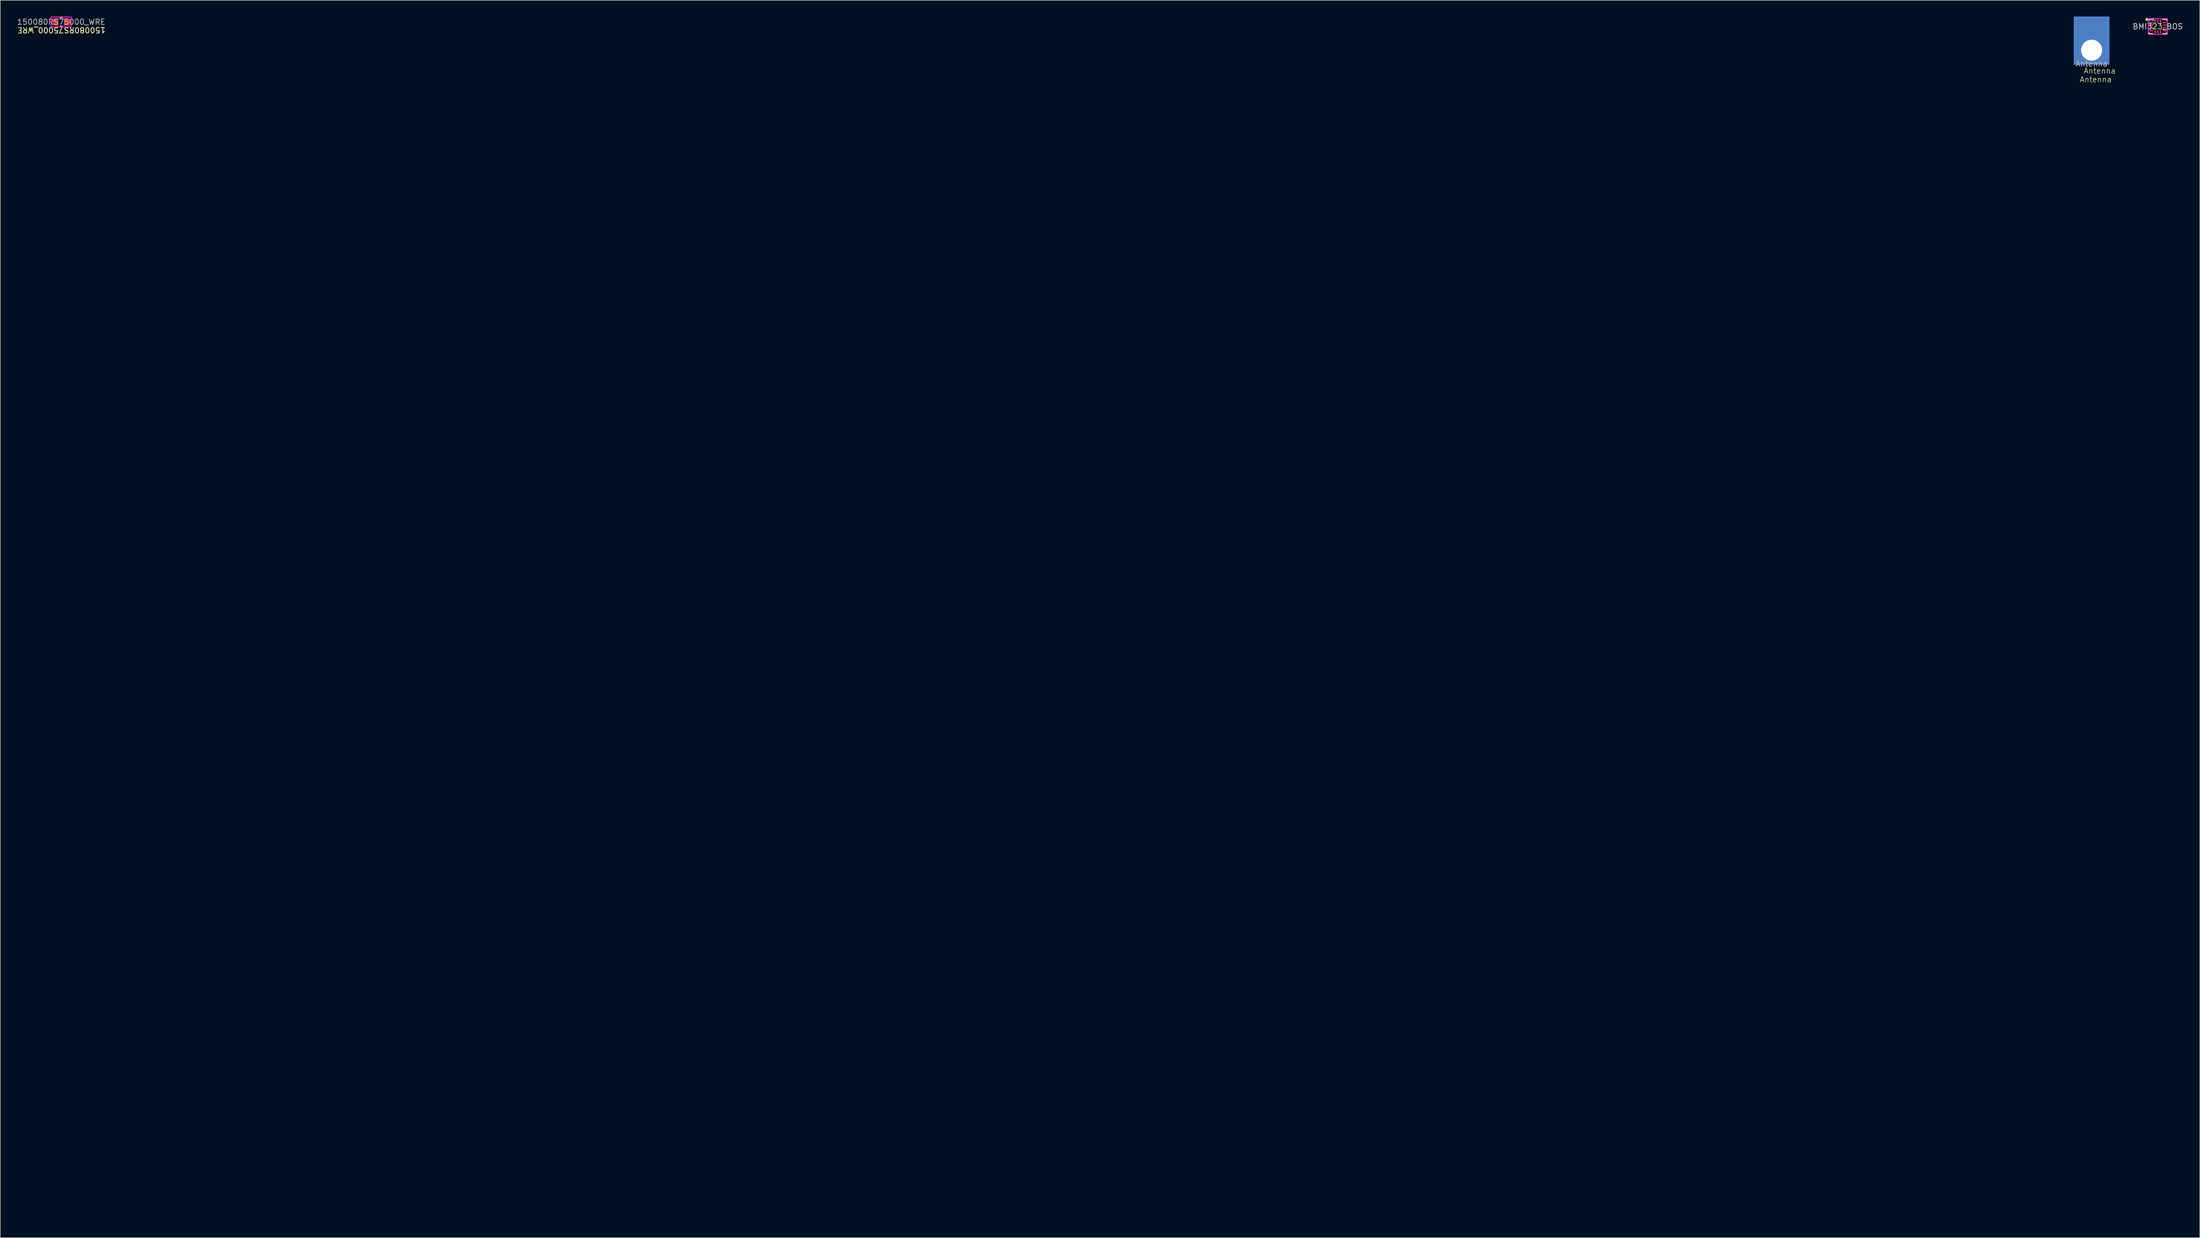
<source format=kicad_pcb>
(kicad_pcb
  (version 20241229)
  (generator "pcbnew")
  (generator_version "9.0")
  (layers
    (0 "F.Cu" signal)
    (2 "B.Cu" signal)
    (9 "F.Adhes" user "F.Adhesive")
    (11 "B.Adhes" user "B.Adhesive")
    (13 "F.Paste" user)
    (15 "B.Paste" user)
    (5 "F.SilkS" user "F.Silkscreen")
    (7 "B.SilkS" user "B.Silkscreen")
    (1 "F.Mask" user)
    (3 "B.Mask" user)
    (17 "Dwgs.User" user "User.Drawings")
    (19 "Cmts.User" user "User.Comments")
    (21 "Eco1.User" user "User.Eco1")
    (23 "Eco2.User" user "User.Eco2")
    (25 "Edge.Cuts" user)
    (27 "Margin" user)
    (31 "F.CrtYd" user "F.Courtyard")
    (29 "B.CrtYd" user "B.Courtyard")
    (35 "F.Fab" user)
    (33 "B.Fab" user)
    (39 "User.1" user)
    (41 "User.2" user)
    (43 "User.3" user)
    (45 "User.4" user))
  (footprint "150080RS75000_WRE"
    (layer "F.Cu")
    (at 8.244 1.003)
    (property "Reference" "150080RS75000_WRE" (at 0.048 1.5 180) (unlocked yes) (layer "F.SilkS") (effects (font (size 1 1) (thickness 0.15))))
    (attr smd)
    (fp_line (start -0.2 0.8) (end 0.2 0.8) (stroke (width 0.152) (type solid)) (layer "F.SilkS"))
    (fp_line (start 0.2 -0.8) (end -0.2 -0.8) (stroke (width 0.152) (type solid)) (layer "F.SilkS"))
    (fp_line (start -1.854 -0.902) (end -1.308 -0.902) (stroke (width 0.152) (type solid)) (layer "F.CrtYd"))
    (fp_line (start -1.854 0.902) (end -1.854 -0.902) (stroke (width 0.152) (type solid)) (layer "F.CrtYd"))
    (fp_line (start -1.308 -0.927) (end 1.308 -0.927) (stroke (width 0.152) (type solid)) (layer "F.CrtYd"))
    (fp_line (start -1.308 -0.902) (end -1.308 -0.927) (stroke (width 0.152) (type solid)) (layer "F.CrtYd"))
    (fp_line (start -1.308 0.902) (end -1.854 0.902) (stroke (width 0.152) (type solid)) (layer "F.CrtYd"))
    (fp_line (start -1.308 0.927) (end -1.308 0.902) (stroke (width 0.152) (type solid)) (layer "F.CrtYd"))
    (fp_line (start 1.308 -0.927) (end 1.308 -0.902) (stroke (width 0.152) (type solid)) (layer "F.CrtYd"))
    (fp_line (start 1.308 -0.902) (end 1.854 -0.902) (stroke (width 0.152) (type solid)) (layer "F.CrtYd"))
    (fp_line (start 1.308 0.902) (end 1.308 0.927) (stroke (width 0.152) (type solid)) (layer "F.CrtYd"))
    (fp_line (start 1.308 0.927) (end -1.308 0.927) (stroke (width 0.152) (type solid)) (layer "F.CrtYd"))
    (fp_line (start 1.854 -0.902) (end 1.854 0.902) (stroke (width 0.152) (type solid)) (layer "F.CrtYd"))
    (fp_line (start 1.854 0.902) (end 1.308 0.902) (stroke (width 0.152) (type solid)) (layer "F.CrtYd"))
    (fp_line (start -1.054 -0.673) (end -1.054 0.673) (stroke (width 0.025) (type solid)) (layer "F.Fab"))
    (fp_line (start -1.054 0.673) (end 1.054 0.673) (stroke (width 0.025) (type solid)) (layer "F.Fab"))
    (fp_line (start 1.054 -0.673) (end -1.054 -0.673) (stroke (width 0.025) (type solid)) (layer "F.Fab"))
    (fp_line (start 1.054 0.673) (end 1.054 -0.673) (stroke (width 0.025) (type solid)) (layer "F.Fab"))
    (fp_text user "${REFERENCE}" (at 0 0 0) (unlocked yes) (layer "F.Fab") (effects (font (size 1 1) (thickness 0.15))))
    (pad "1" smd rect (at -1.048 0) (size 1.105 1.295) (layers "F.Cu" "F.Mask" "F.Paste"))
    (pad "2" smd rect (at 1.048 0) (size 1.105 1.295) (layers "F.Cu" "F.Mask" "F.Paste"))
    (zone (net_name "") (layer "F.Cu") (hatch full 0.508) (connect_pads) (min_thickness 0.254) (filled_areas_thickness no) (keepout (tracks not_allowed) (vias not_allowed) (pads allowed) (copperpour not_allowed) (footprints allowed)) (placement (enabled no)) (fill) (polygon (pts (xy 375.875 221.32) (xy 376.764 221.32) (xy 376.764 222.564) (xy 375.875 222.564)))))
  (footprint "BMI323_BOS"
    (layer "F.Cu")
    (at 395.289 1.848)
    (property "Reference" "BMI323_BOS" (at 0 0 0) (unlocked yes) (layer "F.SilkS") (effects (font (size 1 1) (thickness 0.15))))
    (attr smd)
    (fp_line (start -1.626 -1.321) (end -1.626 -1.119) (stroke (width 0.152) (type solid)) (layer "F.SilkS"))
    (fp_line (start -1.626 1.119) (end -1.626 1.321) (stroke (width 0.152) (type solid)) (layer "F.SilkS"))
    (fp_line (start -1.626 1.321) (end -0.916 1.321) (stroke (width 0.152) (type solid)) (layer "F.SilkS"))
    (fp_line (start -0.916 -1.321) (end -1.626 -1.321) (stroke (width 0.152) (type solid)) (layer "F.SilkS"))
    (fp_line (start 0.916 1.321) (end 1.626 1.321) (stroke (width 0.152) (type solid)) (layer "F.SilkS"))
    (fp_line (start 1.626 -1.321) (end 0.916 -1.321) (stroke (width 0.152) (type solid)) (layer "F.SilkS"))
    (fp_line (start 1.626 -1.119) (end 1.626 -1.321) (stroke (width 0.152) (type solid)) (layer "F.SilkS"))
    (fp_line (start 1.626 1.321) (end 1.626 1.119) (stroke (width 0.152) (type solid)) (layer "F.SilkS"))
    (fp_poly (pts (xy 1.905 -0.441) (xy 1.905 -0.059) (xy 1.651 -0.059) (xy 1.651 -0.441)) (stroke (width 0) (type solid)) (fill yes) (layer "F.SilkS"))
    (fp_line (start -1.753 -1.448) (end -0.881 -1.448) (stroke (width 0.152) (type solid)) (layer "F.CrtYd"))
    (fp_line (start -1.753 -1.131) (end -1.753 -1.448) (stroke (width 0.152) (type solid)) (layer "F.CrtYd"))
    (fp_line (start -1.753 -1.131) (end -1.753 -1.131) (stroke (width 0.152) (type solid)) (layer "F.CrtYd"))
    (fp_line (start -1.753 1.131) (end -1.753 -1.131) (stroke (width 0.152) (type solid)) (layer "F.CrtYd"))
    (fp_line (start -1.753 1.131) (end -1.753 1.131) (stroke (width 0.152) (type solid)) (layer "F.CrtYd"))
    (fp_line (start -1.753 1.448) (end -1.753 1.131) (stroke (width 0.152) (type solid)) (layer "F.CrtYd"))
    (fp_line (start -0.881 -1.448) (end -0.881 -1.448) (stroke (width 0.152) (type solid)) (layer "F.CrtYd"))
    (fp_line (start -0.881 -1.448) (end 0.881 -1.448) (stroke (width 0.152) (type solid)) (layer "F.CrtYd"))
    (fp_line (start -0.881 1.448) (end -1.753 1.448) (stroke (width 0.152) (type solid)) (layer "F.CrtYd"))
    (fp_line (start -0.881 1.448) (end -0.881 1.448) (stroke (width 0.152) (type solid)) (layer "F.CrtYd"))
    (fp_line (start 0.881 -1.448) (end 0.881 -1.448) (stroke (width 0.152) (type solid)) (layer "F.CrtYd"))
    (fp_line (start 0.881 -1.448) (end 1.753 -1.448) (stroke (width 0.152) (type solid)) (layer "F.CrtYd"))
    (fp_line (start 0.881 1.448) (end -0.881 1.448) (stroke (width 0.152) (type solid)) (layer "F.CrtYd"))
    (fp_line (start 0.881 1.448) (end 0.881 1.448) (stroke (width 0.152) (type solid)) (layer "F.CrtYd"))
    (fp_line (start 1.753 -1.448) (end 1.753 -1.131) (stroke (width 0.152) (type solid)) (layer "F.CrtYd"))
    (fp_line (start 1.753 -1.131) (end 1.753 -1.131) (stroke (width 0.152) (type solid)) (layer "F.CrtYd"))
    (fp_line (start 1.753 -1.131) (end 1.753 1.131) (stroke (width 0.152) (type solid)) (layer "F.CrtYd"))
    (fp_line (start 1.753 1.131) (end 1.753 1.131) (stroke (width 0.152) (type solid)) (layer "F.CrtYd"))
    (fp_line (start 1.753 1.131) (end 1.753 1.448) (stroke (width 0.152) (type solid)) (layer "F.CrtYd"))
    (fp_line (start 1.753 1.448) (end 0.881 1.448) (stroke (width 0.152) (type solid)) (layer "F.CrtYd"))
    (fp_line (start -1.499 -1.194) (end -1.499 -1.194) (stroke (width 0.025) (type solid)) (layer "F.Fab"))
    (fp_line (start -1.499 -1.194) (end -1.499 1.194) (stroke (width 0.025) (type solid)) (layer "F.Fab"))
    (fp_line (start -1.499 -0.877) (end -1.397 -0.877) (stroke (width 0.025) (type solid)) (layer "F.Fab"))
    (fp_line (start -1.499 -0.623) (end -1.499 -0.877) (stroke (width 0.025) (type solid)) (layer "F.Fab"))
    (fp_line (start -1.499 -0.377) (end -1.397 -0.377) (stroke (width 0.025) (type solid)) (layer "F.Fab"))
    (fp_line (start -1.499 -0.123) (end -1.499 -0.377) (stroke (width 0.025) (type solid)) (layer "F.Fab"))
    (fp_line (start -1.499 0.076) (end -0.229 -1.194) (stroke (width 0.025) (type solid)) (layer "F.Fab"))
    (fp_line (start -1.499 0.123) (end -1.397 0.123) (stroke (width 0.025) (type solid)) (layer "F.Fab"))
    (fp_line (start -1.499 0.377) (end -1.499 0.123) (stroke (width 0.025) (type solid)) (layer "F.Fab"))
    (fp_line (start -1.499 0.623) (end -1.397 0.623) (stroke (width 0.025) (type solid)) (layer "F.Fab"))
    (fp_line (start -1.499 0.877) (end -1.499 0.623) (stroke (width 0.025) (type solid)) (layer "F.Fab"))
    (fp_line (start -1.499 1.194) (end -1.499 1.194) (stroke (width 0.025) (type solid)) (layer "F.Fab"))
    (fp_line (start -1.499 1.194) (end 1.499 1.194) (stroke (width 0.025) (type solid)) (layer "F.Fab"))
    (fp_line (start -1.397 -0.877) (end -1.397 -0.623) (stroke (width 0.025) (type solid)) (layer "F.Fab"))
    (fp_line (start -1.397 -0.623) (end -1.499 -0.623) (stroke (width 0.025) (type solid)) (layer "F.Fab"))
    (fp_line (start -1.397 -0.377) (end -1.397 -0.123) (stroke (width 0.025) (type solid)) (layer "F.Fab"))
    (fp_line (start -1.397 -0.123) (end -1.499 -0.123) (stroke (width 0.025) (type solid)) (layer "F.Fab"))
    (fp_line (start -1.397 0.123) (end -1.397 0.377) (stroke (width 0.025) (type solid)) (layer "F.Fab"))
    (fp_line (start -1.397 0.377) (end -1.499 0.377) (stroke (width 0.025) (type solid)) (layer "F.Fab"))
    (fp_line (start -1.397 0.623) (end -1.397 0.877) (stroke (width 0.025) (type solid)) (layer "F.Fab"))
    (fp_line (start -1.397 0.877) (end -1.499 0.877) (stroke (width 0.025) (type solid)) (layer "F.Fab"))
    (fp_line (start -0.627 -1.194) (end -0.373 -1.194) (stroke (width 0.025) (type solid)) (layer "F.Fab"))
    (fp_line (start -0.627 -1.156) (end -0.627 -1.194) (stroke (width 0.025) (type solid)) (layer "F.Fab"))
    (fp_line (start -0.627 1.156) (end -0.373 1.156) (stroke (width 0.025) (type solid)) (layer "F.Fab"))
    (fp_line (start -0.627 1.194) (end -0.627 1.156) (stroke (width 0.025) (type solid)) (layer "F.Fab"))
    (fp_line (start -0.373 -1.194) (end -0.373 -1.156) (stroke (width 0.025) (type solid)) (layer "F.Fab"))
    (fp_line (start -0.373 -1.156) (end -0.627 -1.156) (stroke (width 0.025) (type solid)) (layer "F.Fab"))
    (fp_line (start -0.373 1.156) (end -0.373 1.194) (stroke (width 0.025) (type solid)) (layer "F.Fab"))
    (fp_line (start -0.373 1.194) (end -0.627 1.194) (stroke (width 0.025) (type solid)) (layer "F.Fab"))
    (fp_line (start -0.127 -1.194) (end 0.127 -1.194) (stroke (width 0.025) (type solid)) (layer "F.Fab"))
    (fp_line (start -0.127 -1.156) (end -0.127 -1.194) (stroke (width 0.025) (type solid)) (layer "F.Fab"))
    (fp_line (start -0.127 1.156) (end 0.127 1.156) (stroke (width 0.025) (type solid)) (layer "F.Fab"))
    (fp_line (start -0.127 1.194) (end -0.127 1.156) (stroke (width 0.025) (type solid)) (layer "F.Fab"))
    (fp_line (start 0.127 -1.194) (end 0.127 -1.156) (stroke (width 0.025) (type solid)) (layer "F.Fab"))
    (fp_line (start 0.127 -1.156) (end -0.127 -1.156) (stroke (width 0.025) (type solid)) (layer "F.Fab"))
    (fp_line (start 0.127 1.156) (end 0.127 1.194) (stroke (width 0.025) (type solid)) (layer "F.Fab"))
    (fp_line (start 0.127 1.194) (end -0.127 1.194) (stroke (width 0.025) (type solid)) (layer "F.Fab"))
    (fp_line (start 0.373 -1.194) (end 0.627 -1.194) (stroke (width 0.025) (type solid)) (layer "F.Fab"))
    (fp_line (start 0.373 -1.156) (end 0.373 -1.194) (stroke (width 0.025) (type solid)) (layer "F.Fab"))
    (fp_line (start 0.373 1.156) (end 0.627 1.156) (stroke (width 0.025) (type solid)) (layer "F.Fab"))
    (fp_line (start 0.373 1.194) (end 0.373 1.156) (stroke (width 0.025) (type solid)) (layer "F.Fab"))
    (fp_line (start 0.627 -1.194) (end 0.627 -1.156) (stroke (width 0.025) (type solid)) (layer "F.Fab"))
    (fp_line (start 0.627 -1.156) (end 0.373 -1.156) (stroke (width 0.025) (type solid)) (layer "F.Fab"))
    (fp_line (start 0.627 1.156) (end 0.627 1.194) (stroke (width 0.025) (type solid)) (layer "F.Fab"))
    (fp_line (start 0.627 1.194) (end 0.373 1.194) (stroke (width 0.025) (type solid)) (layer "F.Fab"))
    (fp_line (start 1.397 -0.877) (end 1.499 -0.877) (stroke (width 0.025) (type solid)) (layer "F.Fab"))
    (fp_line (start 1.397 -0.623) (end 1.397 -0.877) (stroke (width 0.025) (type solid)) (layer "F.Fab"))
    (fp_line (start 1.397 -0.377) (end 1.499 -0.377) (stroke (width 0.025) (type solid)) (layer "F.Fab"))
    (fp_line (start 1.397 -0.123) (end 1.397 -0.377) (stroke (width 0.025) (type solid)) (layer "F.Fab"))
    (fp_line (start 1.397 0.123) (end 1.499 0.123) (stroke (width 0.025) (type solid)) (layer "F.Fab"))
    (fp_line (start 1.397 0.377) (end 1.397 0.123) (stroke (width 0.025) (type solid)) (layer "F.Fab"))
    (fp_line (start 1.397 0.623) (end 1.499 0.623) (stroke (width 0.025) (type solid)) (layer "F.Fab"))
    (fp_line (start 1.397 0.877) (end 1.397 0.623) (stroke (width 0.025) (type solid)) (layer "F.Fab"))
    (fp_line (start 1.499 -1.194) (end -1.499 -1.194) (stroke (width 0.025) (type solid)) (layer "F.Fab"))
    (fp_line (start 1.499 -1.194) (end 1.499 -1.194) (stroke (width 0.025) (type solid)) (layer "F.Fab"))
    (fp_line (start 1.499 -0.877) (end 1.499 -0.623) (stroke (width 0.025) (type solid)) (layer "F.Fab"))
    (fp_line (start 1.499 -0.623) (end 1.397 -0.623) (stroke (width 0.025) (type solid)) (layer "F.Fab"))
    (fp_line (start 1.499 -0.377) (end 1.499 -0.123) (stroke (width 0.025) (type solid)) (layer "F.Fab"))
    (fp_line (start 1.499 -0.123) (end 1.397 -0.123) (stroke (width 0.025) (type solid)) (layer "F.Fab"))
    (fp_line (start 1.499 0.123) (end 1.499 0.377) (stroke (width 0.025) (type solid)) (layer "F.Fab"))
    (fp_line (start 1.499 0.377) (end 1.397 0.377) (stroke (width 0.025) (type solid)) (layer "F.Fab"))
    (fp_line (start 1.499 0.623) (end 1.499 0.877) (stroke (width 0.025) (type solid)) (layer "F.Fab"))
    (fp_line (start 1.499 0.877) (end 1.397 0.877) (stroke (width 0.025) (type solid)) (layer "F.Fab"))
    (fp_line (start 1.499 1.194) (end 1.499 -1.194) (stroke (width 0.025) (type solid)) (layer "F.Fab"))
    (fp_line (start 1.499 1.194) (end 1.499 1.194) (stroke (width 0.025) (type solid)) (layer "F.Fab"))
    (fp_text user "*" (at -2.032 -1 0) (layer "F.SilkS") (effects (font (size 1 1) (thickness 0.15))))
    (fp_text user "*" (at -2.032 -1 0) (unlocked yes) (layer "F.SilkS") (effects (font (size 1 1) (thickness 0.15))))
    (fp_text user "*" (at -0.914 -1 0) (unlocked yes) (layer "F.Fab") (effects (font (size 1 1) (thickness 0.15))))
    (fp_text user "*" (at -0.914 -1 0) (layer "F.Fab") (effects (font (size 1 1) (thickness 0.15))))
    (fp_text user "${REFERENCE}" (at 0 0 0) (unlocked yes) (layer "F.Fab") (effects (font (size 1 1) (thickness 0.15))))
    (pad "1" smd rect (at -1.156 -0.75 90) (size 0.254 0.483) (layers "F.Cu" "F.Mask" "F.Paste"))
    (pad "2" smd rect (at -1.156 -0.25 90) (size 0.254 0.483) (layers "F.Cu" "F.Mask" "F.Paste"))
    (pad "3" smd rect (at -1.156 0.25 90) (size 0.254 0.483) (layers "F.Cu" "F.Mask" "F.Paste"))
    (pad "4" smd rect (at -1.156 0.75 90) (size 0.254 0.483) (layers "F.Cu" "F.Mask" "F.Paste"))
    (pad "5" smd rect (at -0.5 0.914) (size 0.254 0.483) (layers "F.Cu" "F.Mask" "F.Paste"))
    (pad "6" smd rect (at 0 0.914) (size 0.254 0.483) (layers "F.Cu" "F.Mask" "F.Paste"))
    (pad "7" smd rect (at 0.5 0.914) (size 0.254 0.483) (layers "F.Cu" "F.Mask" "F.Paste"))
    (pad "8" smd rect (at 1.156 0.75 90) (size 0.254 0.483) (layers "F.Cu" "F.Mask" "F.Paste"))
    (pad "9" smd rect (at 1.156 0.25 90) (size 0.254 0.483) (layers "F.Cu" "F.Mask" "F.Paste"))
    (pad "10" smd rect (at 1.156 -0.25 90) (size 0.254 0.483) (layers "F.Cu" "F.Mask" "F.Paste"))
    (pad "11" smd rect (at 1.156 -0.75 90) (size 0.254 0.483) (layers "F.Cu" "F.Mask" "F.Paste"))
    (pad "12" smd rect (at 0.5 -0.914) (size 0.254 0.483) (layers "F.Cu" "F.Mask" "F.Paste"))
    (pad "13" smd rect (at 0 -0.914) (size 0.254 0.483) (layers "F.Cu" "F.Mask" "F.Paste"))
    (pad "14" smd rect (at -0.5 -0.914) (size 0.254 0.483) (layers "F.Cu" "F.Mask" "F.Paste")))
  (footprint "Antenna"
    (layer "F.Cu")
    (at 383.064 6.215)
    (property "Reference" "Antenna" (at 0.762 5.418 0) (unlocked yes) (layer "F.SilkS") (effects (font (size 1 1) (thickness 0.1))))
    (attr through_hole)
    (fp_text user "Antenna" (at -1.524 4.402 0) (unlocked yes) (layer "F.SilkS") (effects (font (size 1 1) (thickness 0.1)) (justify left bottom)))
    (fp_text user "${REFERENCE}" (at 0 2.5 0) (unlocked yes) (layer "F.Fab") (effects (font (size 1 1) (thickness 0.15))))
    (pad "1" thru_hole rect (at 0 0) (size 6.6 8.89) (drill 3.88 (offset 0 -1.77)) (layers "*.Cu" "*.Mask")))
  (gr_rect
    (start -3 -3)
    (end 403.033 225.564)
    (stroke (width 0.1) (type default))
    (fill no)
    (layer "Edge.Cuts")))
</source>
